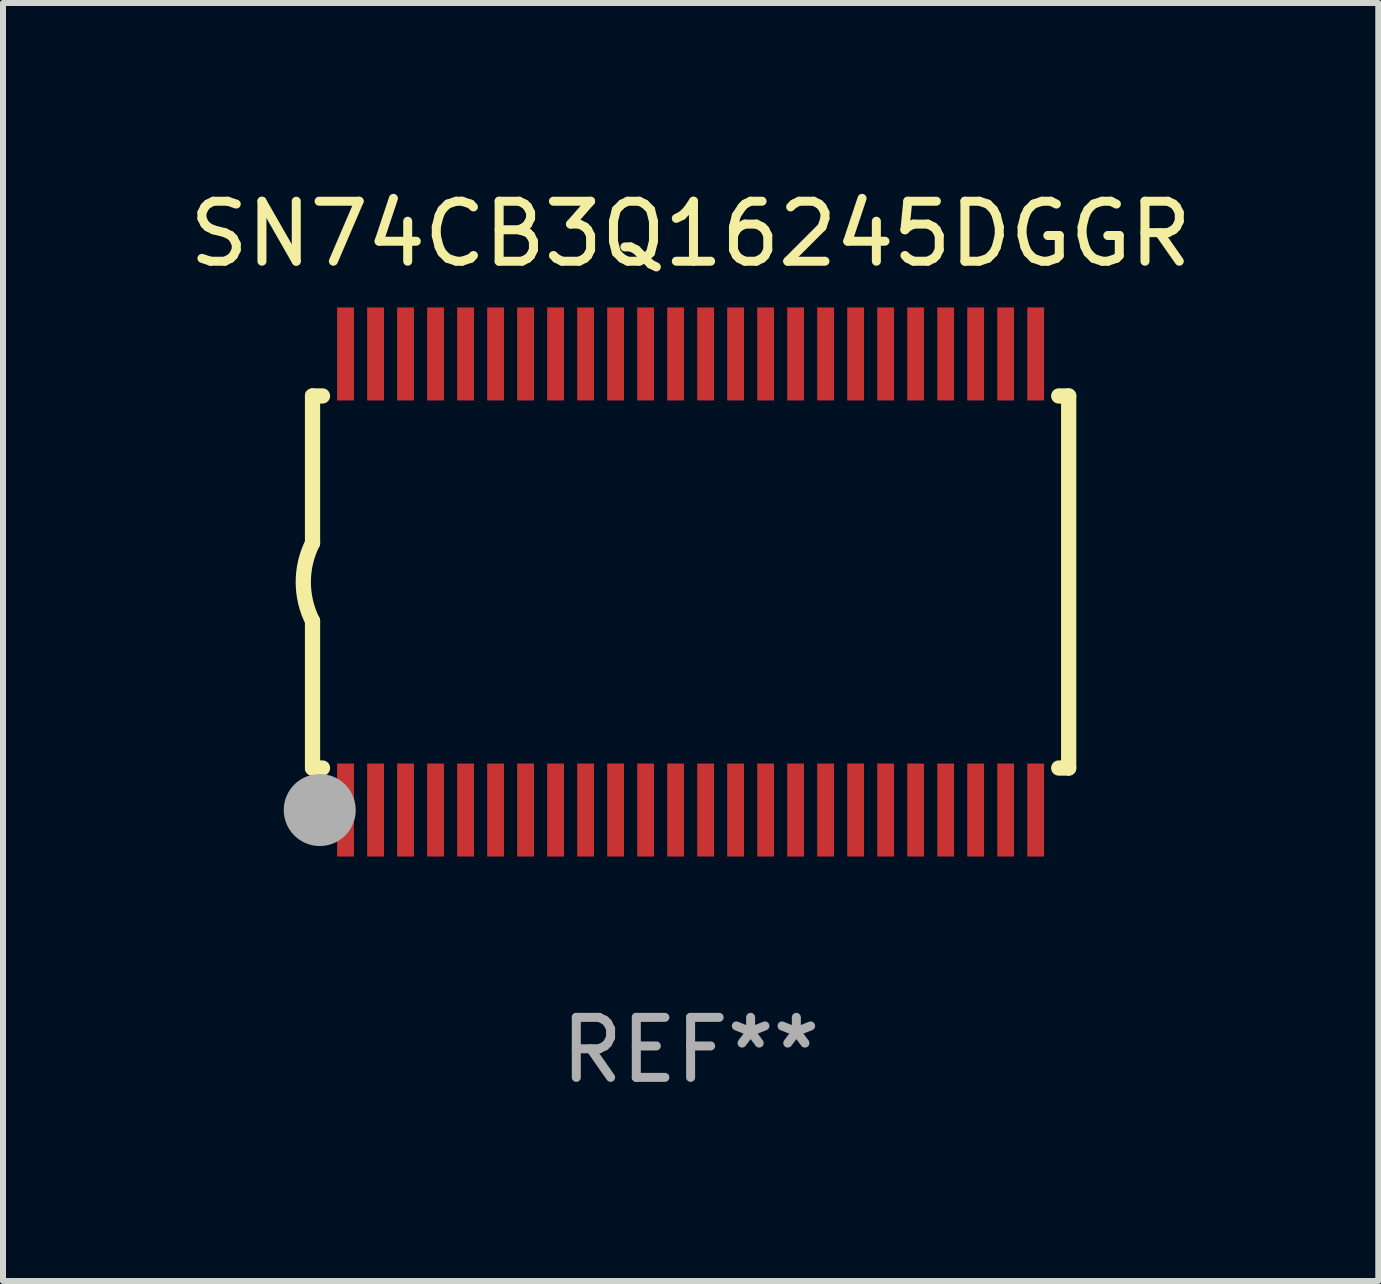
<source format=kicad_pcb>
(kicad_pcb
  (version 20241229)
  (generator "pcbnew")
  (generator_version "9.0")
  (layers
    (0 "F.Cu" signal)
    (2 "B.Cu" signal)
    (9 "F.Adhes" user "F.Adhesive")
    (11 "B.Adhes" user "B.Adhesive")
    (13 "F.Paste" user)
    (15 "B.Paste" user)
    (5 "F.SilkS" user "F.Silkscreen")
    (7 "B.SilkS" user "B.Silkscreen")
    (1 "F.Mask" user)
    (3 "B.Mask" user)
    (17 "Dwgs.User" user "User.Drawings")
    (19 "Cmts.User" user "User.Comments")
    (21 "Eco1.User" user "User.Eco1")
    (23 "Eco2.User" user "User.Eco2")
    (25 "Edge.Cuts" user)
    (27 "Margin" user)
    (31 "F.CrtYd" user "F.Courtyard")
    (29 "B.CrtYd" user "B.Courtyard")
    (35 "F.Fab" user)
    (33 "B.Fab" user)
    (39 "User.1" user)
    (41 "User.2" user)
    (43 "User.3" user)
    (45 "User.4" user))
  (footprint "SN74CB3Q16245DGGR"
    (layer "F.Cu")
    (at 8.458 6.648)
    (property "Reference" "SN74CB3Q16245DGGR" (at 0 -5.8 0) (layer "F.SilkS") (effects (font (size 1 1) (thickness 0.15))))
    (attr through_hole)
    (fp_line (start -6.3 -3.1) (end -6.3 -0.65) (stroke (width 0.254) (type solid)) (layer "F.SilkS"))
    (fp_line (start -6.3 -3.1) (end -6.134 -3.1) (stroke (width 0.254) (type solid)) (layer "F.SilkS"))
    (fp_line (start -6.3 3.1) (end -6.3 0.65) (stroke (width 0.254) (type solid)) (layer "F.SilkS"))
    (fp_line (start -6.3 3.1) (end -6.134 3.1) (stroke (width 0.254) (type solid)) (layer "F.SilkS"))
    (fp_line (start 6.134 -3.1) (end 6.3 -3.1) (stroke (width 0.254) (type solid)) (layer "F.SilkS"))
    (fp_line (start 6.134 3.1) (end 6.3 3.1) (stroke (width 0.254) (type solid)) (layer "F.SilkS"))
    (fp_line (start 6.3 -3.1) (end 6.3 3.1) (stroke (width 0.254) (type solid)) (layer "F.SilkS"))
    (fp_arc (start -6.301016 0.650114) (mid -6.45413 -0.000082) (end -6.3 -0.650038) (stroke (width 0.254001) (type solid)) (layer "F.SilkS"))
    (fp_circle (center -6.35 3.81) (end -6.223 3.81) (stroke (width 0.254) (type solid)) (fill no) (layer "F.SilkS"))
    (fp_circle (center -6.25 4.05) (end -6.22 4.05) (stroke (width 0.06) (type solid)) (fill no) (layer "F.SilkS"))
    (fp_circle (center -6.18 3.8) (end -5.88 3.8) (stroke (width 0.6) (type solid)) (fill no) (layer "F.Fab"))
    (fp_text user "REF**" (at 0 7.8 0) (layer "F.Fab") (effects (font (size 1 1) (thickness 0.15))))
    (pad "1" smd rect (at -5.75 3.8) (size 0.28 1.55) (layers "F.Cu" "F.Mask" "F.Paste"))
    (pad "2" smd rect (at -5.25 3.8) (size 0.28 1.55) (layers "F.Cu" "F.Mask" "F.Paste"))
    (pad "3" smd rect (at -4.75 3.8) (size 0.28 1.55) (layers "F.Cu" "F.Mask" "F.Paste"))
    (pad "4" smd rect (at -4.25 3.8) (size 0.28 1.55) (layers "F.Cu" "F.Mask" "F.Paste"))
    (pad "5" smd rect (at -3.75 3.8) (size 0.28 1.55) (layers "F.Cu" "F.Mask" "F.Paste"))
    (pad "6" smd rect (at -3.25 3.8) (size 0.28 1.55) (layers "F.Cu" "F.Mask" "F.Paste"))
    (pad "7" smd rect (at -2.75 3.8) (size 0.28 1.55) (layers "F.Cu" "F.Mask" "F.Paste"))
    (pad "8" smd rect (at -2.25 3.8) (size 0.28 1.55) (layers "F.Cu" "F.Mask" "F.Paste"))
    (pad "9" smd rect (at -1.75 3.8) (size 0.28 1.55) (layers "F.Cu" "F.Mask" "F.Paste"))
    (pad "10" smd rect (at -1.25 3.8) (size 0.28 1.55) (layers "F.Cu" "F.Mask" "F.Paste"))
    (pad "11" smd rect (at -0.75 3.8) (size 0.28 1.55) (layers "F.Cu" "F.Mask" "F.Paste"))
    (pad "12" smd rect (at -0.25 3.8) (size 0.28 1.55) (layers "F.Cu" "F.Mask" "F.Paste"))
    (pad "13" smd rect (at 0.25 3.8) (size 0.28 1.55) (layers "F.Cu" "F.Mask" "F.Paste"))
    (pad "14" smd rect (at 0.75 3.8) (size 0.28 1.55) (layers "F.Cu" "F.Mask" "F.Paste"))
    (pad "15" smd rect (at 1.25 3.8) (size 0.28 1.55) (layers "F.Cu" "F.Mask" "F.Paste"))
    (pad "16" smd rect (at 1.75 3.8) (size 0.28 1.55) (layers "F.Cu" "F.Mask" "F.Paste"))
    (pad "17" smd rect (at 2.25 3.8) (size 0.28 1.55) (layers "F.Cu" "F.Mask" "F.Paste"))
    (pad "18" smd rect (at 2.75 3.8) (size 0.28 1.55) (layers "F.Cu" "F.Mask" "F.Paste"))
    (pad "19" smd rect (at 3.25 3.8) (size 0.28 1.55) (layers "F.Cu" "F.Mask" "F.Paste"))
    (pad "20" smd rect (at 3.75 3.8) (size 0.28 1.55) (layers "F.Cu" "F.Mask" "F.Paste"))
    (pad "21" smd rect (at 4.25 3.8) (size 0.28 1.55) (layers "F.Cu" "F.Mask" "F.Paste"))
    (pad "22" smd rect (at 4.75 3.8) (size 0.28 1.55) (layers "F.Cu" "F.Mask" "F.Paste"))
    (pad "23" smd rect (at 5.25 3.8) (size 0.28 1.55) (layers "F.Cu" "F.Mask" "F.Paste"))
    (pad "24" smd rect (at 5.75 3.8) (size 0.28 1.55) (layers "F.Cu" "F.Mask" "F.Paste"))
    (pad "25" smd rect (at 5.75 -3.8) (size 0.28 1.55) (layers "F.Cu" "F.Mask" "F.Paste"))
    (pad "26" smd rect (at 5.25 -3.8) (size 0.28 1.55) (layers "F.Cu" "F.Mask" "F.Paste"))
    (pad "27" smd rect (at 4.75 -3.8) (size 0.28 1.55) (layers "F.Cu" "F.Mask" "F.Paste"))
    (pad "28" smd rect (at 4.25 -3.8) (size 0.28 1.55) (layers "F.Cu" "F.Mask" "F.Paste"))
    (pad "29" smd rect (at 3.75 -3.8) (size 0.28 1.55) (layers "F.Cu" "F.Mask" "F.Paste"))
    (pad "30" smd rect (at 3.25 -3.8) (size 0.28 1.55) (layers "F.Cu" "F.Mask" "F.Paste"))
    (pad "31" smd rect (at 2.75 -3.8) (size 0.28 1.55) (layers "F.Cu" "F.Mask" "F.Paste"))
    (pad "32" smd rect (at 2.25 -3.8) (size 0.28 1.55) (layers "F.Cu" "F.Mask" "F.Paste"))
    (pad "33" smd rect (at 1.75 -3.8) (size 0.28 1.55) (layers "F.Cu" "F.Mask" "F.Paste"))
    (pad "34" smd rect (at 1.25 -3.8) (size 0.28 1.55) (layers "F.Cu" "F.Mask" "F.Paste"))
    (pad "35" smd rect (at 0.75 -3.8) (size 0.28 1.55) (layers "F.Cu" "F.Mask" "F.Paste"))
    (pad "36" smd rect (at 0.25 -3.8) (size 0.28 1.55) (layers "F.Cu" "F.Mask" "F.Paste"))
    (pad "37" smd rect (at -0.25 -3.8) (size 0.28 1.55) (layers "F.Cu" "F.Mask" "F.Paste"))
    (pad "38" smd rect (at -0.75 -3.8) (size 0.28 1.55) (layers "F.Cu" "F.Mask" "F.Paste"))
    (pad "39" smd rect (at -1.25 -3.8) (size 0.28 1.55) (layers "F.Cu" "F.Mask" "F.Paste"))
    (pad "40" smd rect (at -1.75 -3.8) (size 0.28 1.55) (layers "F.Cu" "F.Mask" "F.Paste"))
    (pad "41" smd rect (at -2.25 -3.8) (size 0.28 1.55) (layers "F.Cu" "F.Mask" "F.Paste"))
    (pad "42" smd rect (at -2.75 -3.8) (size 0.28 1.55) (layers "F.Cu" "F.Mask" "F.Paste"))
    (pad "43" smd rect (at -3.25 -3.8) (size 0.28 1.55) (layers "F.Cu" "F.Mask" "F.Paste"))
    (pad "44" smd rect (at -3.75 -3.8) (size 0.28 1.55) (layers "F.Cu" "F.Mask" "F.Paste"))
    (pad "45" smd rect (at -4.25 -3.8) (size 0.28 1.55) (layers "F.Cu" "F.Mask" "F.Paste"))
    (pad "46" smd rect (at -4.75 -3.8) (size 0.28 1.55) (layers "F.Cu" "F.Mask" "F.Paste"))
    (pad "47" smd rect (at -5.25 -3.8) (size 0.28 1.55) (layers "F.Cu" "F.Mask" "F.Paste"))
    (pad "48" smd rect (at -5.75 -3.8) (size 0.28 1.55) (layers "F.Cu" "F.Mask" "F.Paste")))
  (gr_rect
    (start -3 -3)
    (end 19.917 18.296)
    (stroke (width 0.1) (type default))
    (fill no)
    (layer "Edge.Cuts")))
</source>
